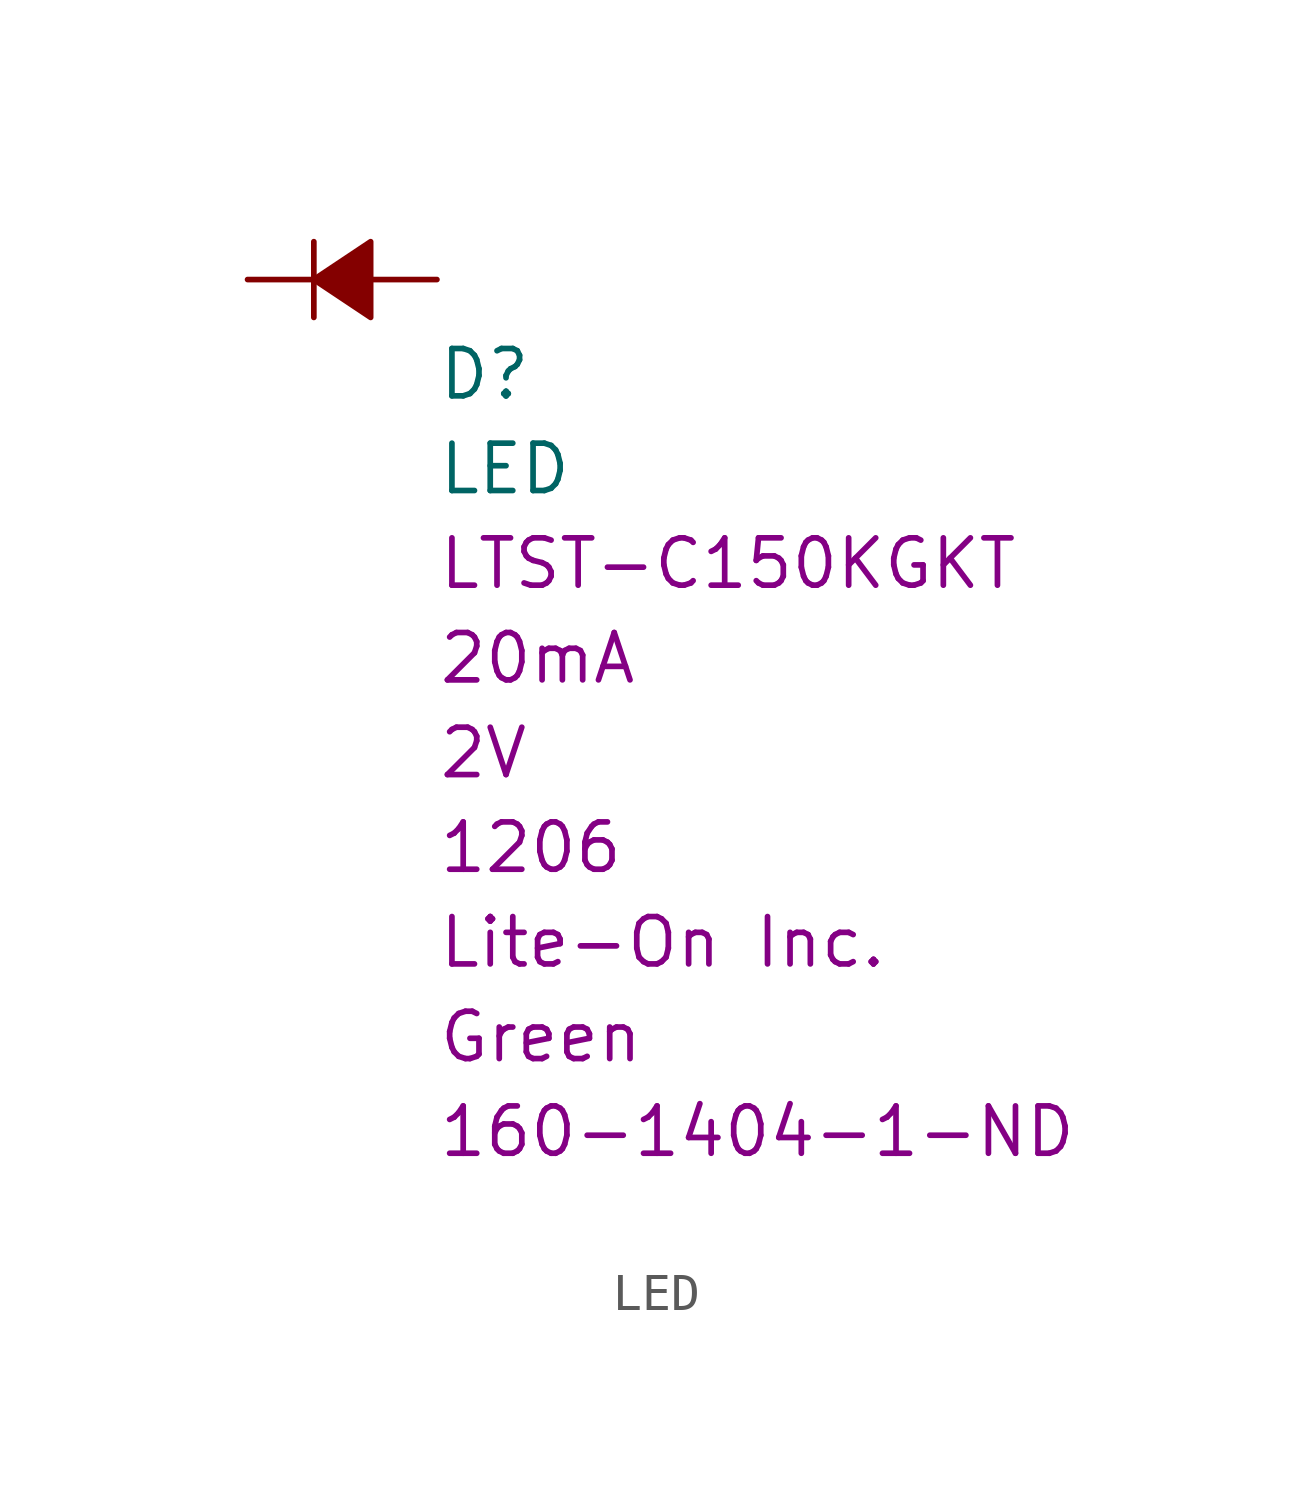
<source format=kicad_sym>
(kicad_symbol_lib
  (version 20220914)
  (generator kicad_symbol_editor)
  (symbol "LED"
    (pin_numbers hide)
    (pin_names
      (offset 0.254) hide)
    (property "Reference" "D"
      (at 2.54 -2.54 0)
      (effects (font (size 1.27 1.27)) (justify left)))
    (property "Value" "LED"
      (at 2.54 -5.08 0)
      (effects (font (size 1.27 1.27)) (justify left)))
    (property "Current" "20mA"
      (at 2.54 -10.16 0)
      (effects (font (size 1.27 1.27)) (justify left)))
    (property "Voltage - Forward" "2V"
      (at 2.54 -12.7 0)
      (effects (font (size 1.27 1.27)) (justify left)))
    (property "Chip set" "1206"
      (at 2.54 -15.24 0)
      (effects (font (size 1.27 1.27)) (justify left)))
    (property "Manufacturer" "Lite-On Inc."
      (at 2.54 -17.78 0)
      (effects (font (size 1.27 1.27)) (justify left)))
    (property "Color" "Green"
      (at 2.54 -20.32 0)
      (effects (font (size 1.27 1.27)) (justify left)))
    (property "Digi-Key_PN" "160-1404-1-ND"
      (at 2.54 -22.86 0)
      (effects (font (size 1.27 1.27)) (justify left)))
    (property "MPN" "LTST-C150KGKT"
      (at 2.54 -7.62 0)
      (effects (font (size 1.27 1.27)) (justify left)))
    (symbol "LED_0_1"
      (polyline (pts (xy -0.762 -1.016) (xy -0.762 1.016)) (stroke (width 0) (type solid)) (fill (type none)))
      (polyline (pts (xy -0.762 0) (xy 0.762 0)) (stroke (width 0) (type solid)) (fill (type none)))
      (polyline (pts (xy 0.762 -1.016) (xy -0.762 0) (xy 0.762 1.016) (xy 0.762 -1.016)) (stroke (width 0) (type solid)) (fill (type outline))))
    (symbol "LED_1_1"
      (pin passive line (at -2.54 0 0) (length 1.778) (name "K" (effects (font (size 1.27 1.27)))) (number "1" (effects (font (size 1.27 1.27)))))
      (pin passive line (at 2.54 0 180) (length 1.778) (name "A" (effects (font (size 1.27 1.27)))) (number "2" (effects (font (size 1.27 1.27))))))))
</source>
